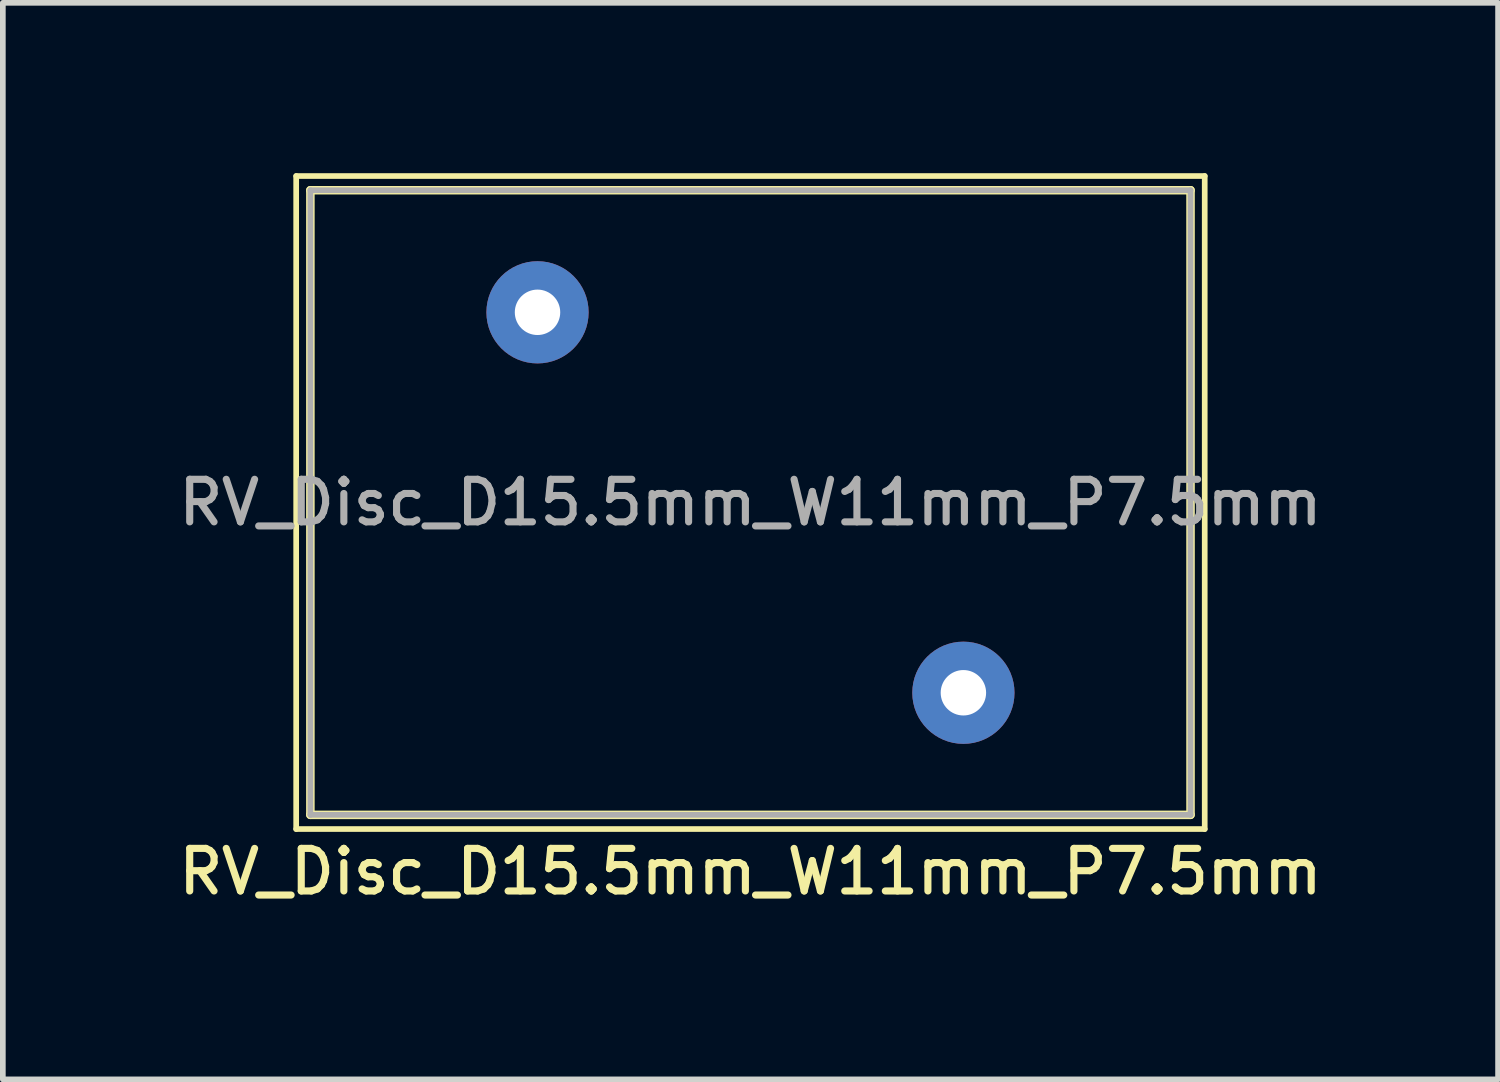
<source format=kicad_pcb>
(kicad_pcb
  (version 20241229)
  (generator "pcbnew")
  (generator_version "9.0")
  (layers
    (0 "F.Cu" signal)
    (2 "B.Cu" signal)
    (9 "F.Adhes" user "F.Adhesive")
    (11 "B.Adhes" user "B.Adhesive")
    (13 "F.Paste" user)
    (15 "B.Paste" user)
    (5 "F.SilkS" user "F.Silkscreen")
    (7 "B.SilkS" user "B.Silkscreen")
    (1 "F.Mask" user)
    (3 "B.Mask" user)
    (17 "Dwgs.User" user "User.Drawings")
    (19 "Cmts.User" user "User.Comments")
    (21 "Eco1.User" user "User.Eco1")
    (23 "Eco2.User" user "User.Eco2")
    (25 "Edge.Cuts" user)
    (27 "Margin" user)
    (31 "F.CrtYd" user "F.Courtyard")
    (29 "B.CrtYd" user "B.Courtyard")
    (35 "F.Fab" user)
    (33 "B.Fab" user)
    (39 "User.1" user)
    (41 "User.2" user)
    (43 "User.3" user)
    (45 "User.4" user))
  (footprint "RV_Disc_D15.5mm_W11mm_P7.5mm"
    (layer "F.Cu")
    (at 6.416 2.45)
    (property "Reference" "RV_Disc_D15.5mm_W11mm_P7.5mm" (at 3.75 9.85 0) (layer "F.SilkS") (effects (font (size 0.75 0.75) (thickness 0.125))))
    (attr through_hole)
    (fp_line (start -4.25 -2.4) (end -4.25 9.1) (stroke (width 0.1) (type solid)) (layer "F.SilkS"))
    (fp_line (start -4.25 -2.4) (end 11.75 -2.4) (stroke (width 0.1) (type solid)) (layer "F.SilkS"))
    (fp_line (start -4.25 9.1) (end 11.75 9.1) (stroke (width 0.1) (type solid)) (layer "F.SilkS"))
    (fp_line (start -4 -2.15) (end -4 8.85) (stroke (width 0.15) (type solid)) (layer "F.SilkS"))
    (fp_line (start -4 -2.15) (end 11.5 -2.15) (stroke (width 0.15) (type solid)) (layer "F.SilkS"))
    (fp_line (start -4 8.85) (end 11.5 8.85) (stroke (width 0.15) (type solid)) (layer "F.SilkS"))
    (fp_line (start 11.5 -2.15) (end 11.5 8.85) (stroke (width 0.15) (type solid)) (layer "F.SilkS"))
    (fp_line (start 11.75 -2.4) (end 11.75 9.1) (stroke (width 0.1) (type solid)) (layer "F.SilkS"))
    (fp_line (start -4 -2.15) (end -4 8.85) (stroke (width 0.1) (type solid)) (layer "F.Fab"))
    (fp_line (start -4 -2.15) (end 11.5 -2.15) (stroke (width 0.1) (type solid)) (layer "F.Fab"))
    (fp_line (start -4 8.85) (end 11.5 8.85) (stroke (width 0.1) (type solid)) (layer "F.Fab"))
    (fp_line (start 11.5 -2.15) (end 11.5 8.85) (stroke (width 0.1) (type solid)) (layer "F.Fab"))
    (fp_text user "${REFERENCE}" (at 3.75 3.35 0) (layer "F.Fab") (effects (font (size 0.75 0.75) (thickness 0.125))))
    (pad "1" thru_hole circle (at 0 0) (size 1.8 1.8) (drill 0.8) (layers "*.Cu" "*.Mask"))
    (pad "2" thru_hole circle (at 7.5 6.7) (size 1.8 1.8) (drill 0.8) (layers "*.Cu" "*.Mask")))
  (gr_rect
    (start -3 -3)
    (end 23.332 15.958)
    (stroke (width 0.1) (type default))
    (fill no)
    (layer "Edge.Cuts")))
</source>
